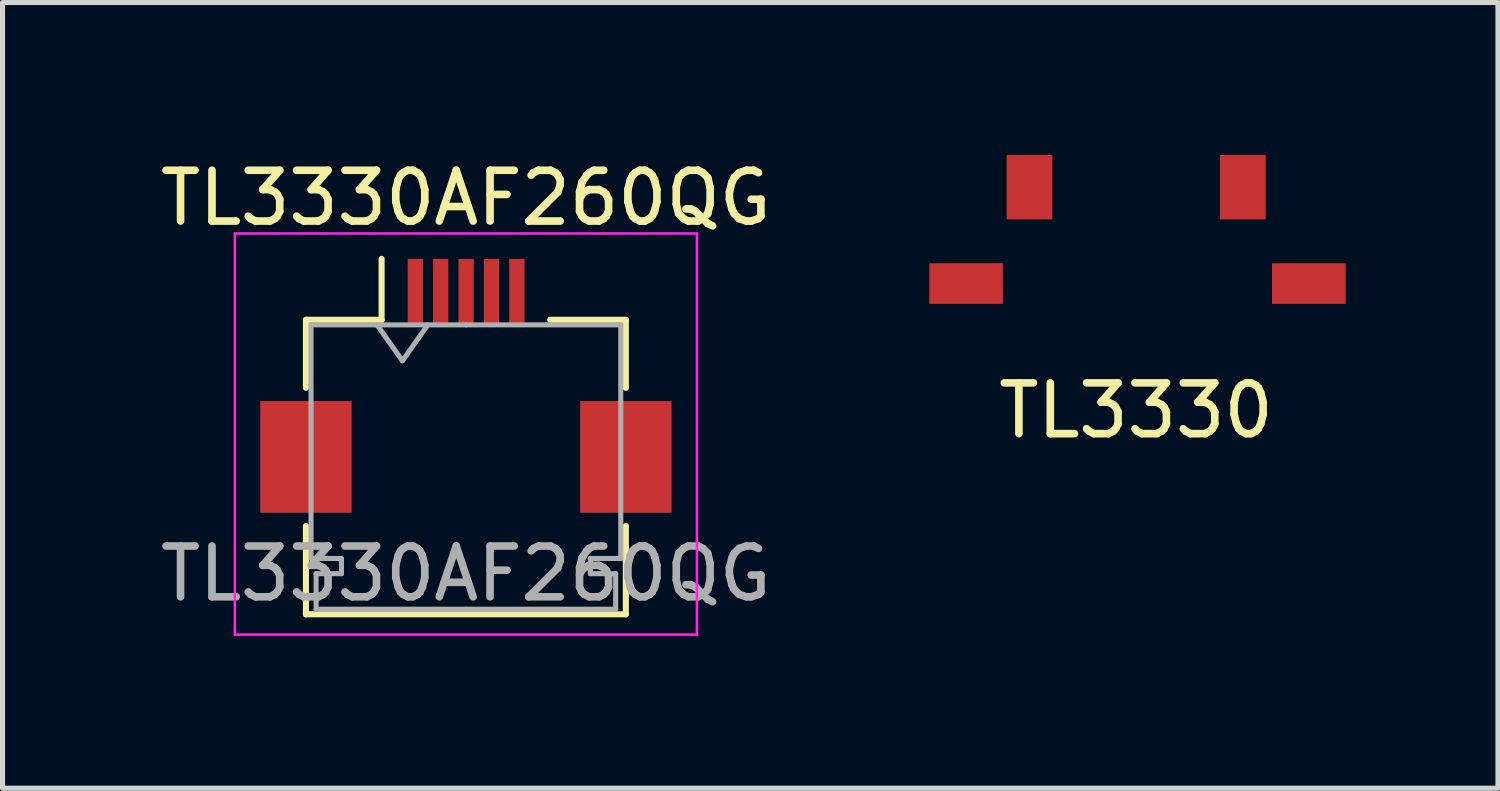
<source format=kicad_pcb>
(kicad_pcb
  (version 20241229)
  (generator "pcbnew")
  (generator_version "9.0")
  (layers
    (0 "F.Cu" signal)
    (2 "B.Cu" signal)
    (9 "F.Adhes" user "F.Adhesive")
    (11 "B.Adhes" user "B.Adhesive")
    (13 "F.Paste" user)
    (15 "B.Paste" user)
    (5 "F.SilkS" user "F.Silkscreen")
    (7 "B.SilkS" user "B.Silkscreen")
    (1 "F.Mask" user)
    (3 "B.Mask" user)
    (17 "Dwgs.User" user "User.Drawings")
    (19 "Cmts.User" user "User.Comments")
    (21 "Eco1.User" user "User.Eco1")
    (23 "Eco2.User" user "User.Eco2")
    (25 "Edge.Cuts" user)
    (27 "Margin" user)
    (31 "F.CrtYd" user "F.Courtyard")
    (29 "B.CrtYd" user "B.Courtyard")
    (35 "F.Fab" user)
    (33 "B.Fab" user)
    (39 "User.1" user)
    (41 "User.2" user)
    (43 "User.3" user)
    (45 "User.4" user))
  (footprint "TL3330AF260QG"
    (layer "F.Cu")
    (at 6.125 4.548)
    (property "Reference" "TL3330AF260QG" (at 0 -3.7 0) (layer "F.SilkS") (effects (font (size 1 1) (thickness 0.15))))
    (attr smd)
    (fp_line (start -3.15 -1.3) (end -3.15 0.04) (stroke (width 0.12) (type solid)) (layer "F.SilkS"))
    (fp_line (start -3.15 2.76) (end -3.15 4.5) (stroke (width 0.12) (type solid)) (layer "F.SilkS"))
    (fp_line (start -3.15 4.5) (end 3.15 4.5) (stroke (width 0.12) (type solid)) (layer "F.SilkS"))
    (fp_line (start -1.66 -1.3) (end -3.15 -1.3) (stroke (width 0.12) (type solid)) (layer "F.SilkS"))
    (fp_line (start -1.66 -1.3) (end -1.66 -2.5) (stroke (width 0.12) (type solid)) (layer "F.SilkS"))
    (fp_line (start 1.66 -1.3) (end 3.15 -1.3) (stroke (width 0.12) (type solid)) (layer "F.SilkS"))
    (fp_line (start 3.15 -1.3) (end 3.15 0.04) (stroke (width 0.12) (type solid)) (layer "F.SilkS"))
    (fp_line (start 3.15 4.5) (end 3.15 2.76) (stroke (width 0.12) (type solid)) (layer "F.SilkS"))
    (fp_line (start -4.55 -3) (end -4.55 4.9) (stroke (width 0.05) (type solid)) (layer "F.CrtYd"))
    (fp_line (start -4.55 4.9) (end 4.55 4.9) (stroke (width 0.05) (type solid)) (layer "F.CrtYd"))
    (fp_line (start 4.55 -3) (end -4.55 -3) (stroke (width 0.05) (type solid)) (layer "F.CrtYd"))
    (fp_line (start 4.55 4.9) (end 4.55 -3) (stroke (width 0.05) (type solid)) (layer "F.CrtYd"))
    (fp_line (start -3.05 -1.2) (end -3.05 3.4) (stroke (width 0.1) (type solid)) (layer "F.Fab"))
    (fp_line (start -3.05 3.4) (end -2.45 3.4) (stroke (width 0.1) (type solid)) (layer "F.Fab"))
    (fp_line (start -2.95 3.7) (end -2.95 4.4) (stroke (width 0.1) (type solid)) (layer "F.Fab"))
    (fp_line (start -2.95 4.4) (end 0 4.4) (stroke (width 0.1) (type solid)) (layer "F.Fab"))
    (fp_line (start -2.45 3.4) (end -2.45 3.7) (stroke (width 0.1) (type solid)) (layer "F.Fab"))
    (fp_line (start -2.45 3.7) (end -2.95 3.7) (stroke (width 0.1) (type solid)) (layer "F.Fab"))
    (fp_line (start -1.75 -1.2) (end -1.25 -0.493) (stroke (width 0.1) (type solid)) (layer "F.Fab"))
    (fp_line (start -1.25 -0.493) (end -0.75 -1.2) (stroke (width 0.1) (type solid)) (layer "F.Fab"))
    (fp_line (start 0 -1.2) (end -3.05 -1.2) (stroke (width 0.1) (type solid)) (layer "F.Fab"))
    (fp_line (start 0 -1.2) (end 3.05 -1.2) (stroke (width 0.1) (type solid)) (layer "F.Fab"))
    (fp_line (start 2.45 3.4) (end 2.45 3.7) (stroke (width 0.1) (type solid)) (layer "F.Fab"))
    (fp_line (start 2.45 3.7) (end 2.95 3.7) (stroke (width 0.1) (type solid)) (layer "F.Fab"))
    (fp_line (start 2.95 3.7) (end 2.95 4.4) (stroke (width 0.1) (type solid)) (layer "F.Fab"))
    (fp_line (start 2.95 4.4) (end 0 4.4) (stroke (width 0.1) (type solid)) (layer "F.Fab"))
    (fp_line (start 3.05 -1.2) (end 3.05 3.4) (stroke (width 0.1) (type solid)) (layer "F.Fab"))
    (fp_line (start 3.05 3.4) (end 2.45 3.4) (stroke (width 0.1) (type solid)) (layer "F.Fab"))
    (fp_text user "${REFERENCE}" (at 0 3.7 0) (layer "F.Fab") (effects (font (size 1 1) (thickness 0.15))))
    (pad "1" smd rect (at -0.996 -1.85) (size 0.3 1.3) (layers "F.Cu" "F.Mask" "F.Paste"))
    (pad "2" smd rect (at -0.496 -1.85) (size 0.3 1.3) (layers "F.Cu" "F.Mask" "F.Paste"))
    (pad "3" smd rect (at 0.004 -1.85) (size 0.3 1.3) (layers "F.Cu" "F.Mask" "F.Paste"))
    (pad "4" smd rect (at 0.504 -1.85) (size 0.3 1.3) (layers "F.Cu" "F.Mask" "F.Paste"))
    (pad "5" smd rect (at 1.004 -1.85) (size 0.3 1.3) (layers "F.Cu" "F.Mask" "F.Paste"))
    (pad "MP" smd rect (at -3.15 1.4) (size 1.8 2.2) (layers "F.Cu" "F.Mask" "F.Paste"))
    (pad "MP" smd rect (at 3.15 1.4) (size 1.8 2.2) (layers "F.Cu" "F.Mask" "F.Paste")))
  (footprint "TL3330"
    (layer "F.Cu")
    (at 19.325 1.535)
    (property "Reference" "TL3330" (at 0 3.5 0) (layer "F.SilkS") (effects (font (size 1 1) (thickness 0.15))))
    (attr through_hole)
    (pad "" smd rect (at -3.35 1) (size 1.45 0.8) (layers "F.Cu" "F.Mask" "F.Paste"))
    (pad "" smd rect (at 3.4 1) (size 1.45 0.8) (layers "F.Cu" "F.Mask" "F.Paste"))
    (pad "1" smd rect (at -2.1 -0.9) (size 0.9 1.27) (layers "F.Cu" "F.Mask" "F.Paste"))
    (pad "2" smd rect (at 2.1 -0.9) (size 0.9 1.27) (layers "F.Cu" "F.Mask" "F.Paste")))
  (gr_rect
    (start -3 -3)
    (end 26.45 12.473)
    (stroke (width 0.1) (type default))
    (fill no)
    (layer "Edge.Cuts")))
</source>
